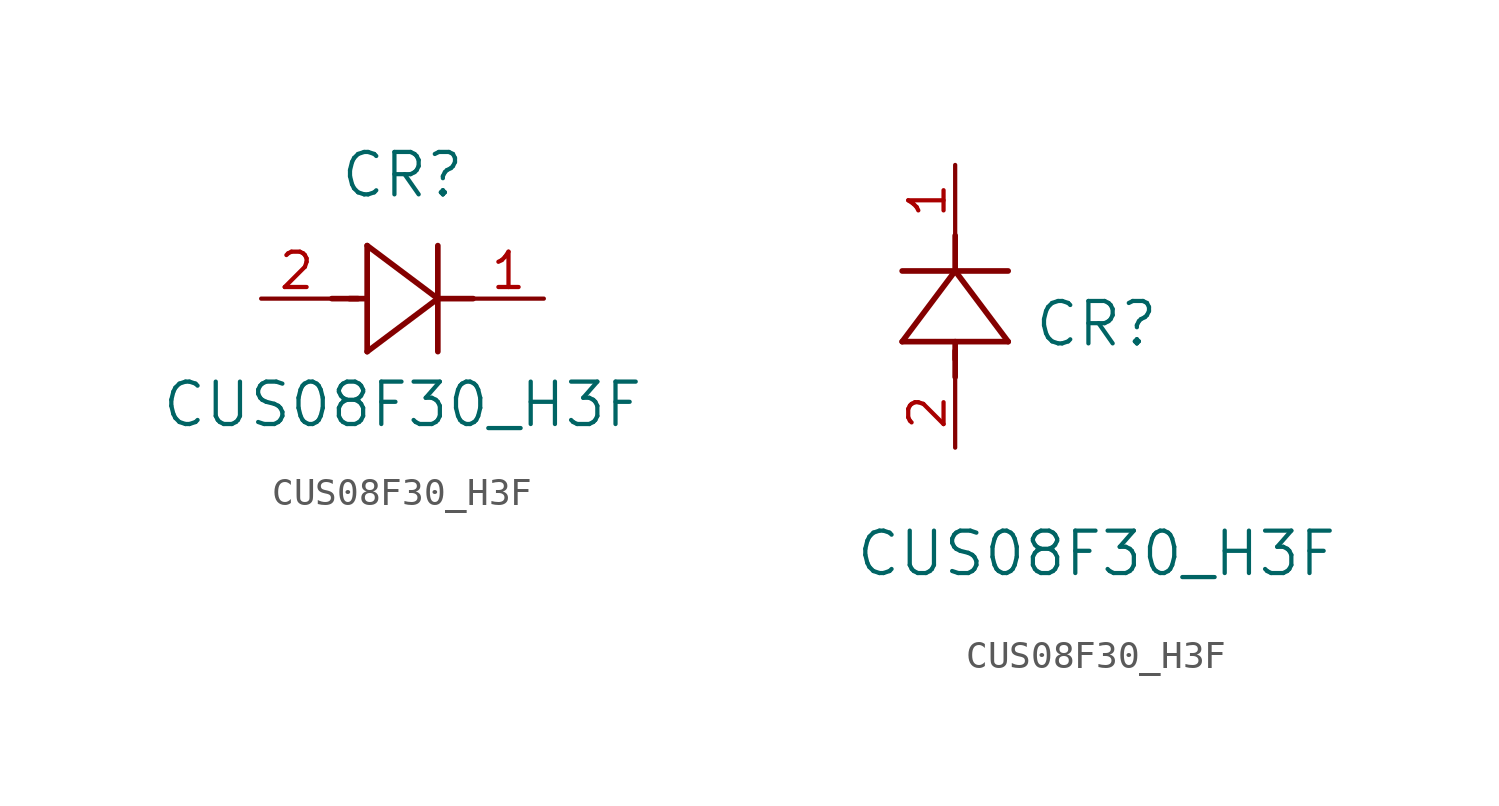
<source format=kicad_sym>
(kicad_symbol_lib
  (version 20211014)
  (generator kicad_symbol_editor)
  (symbol "CUS08F30_H3F"
    (pin_names
      (offset 0.254))
    (property "Reference" "CR"
      (at 5.08 4.445 0)
      (effects (font (size 1.524 1.524))))
    (property "Value" "CUS08F30_H3F"
      (at 5.08 -3.81 0)
      (effects (font (size 1.524 1.524))))
    (symbol "CUS08F30_H3F_1_1"
      (polyline (pts (xy 2.54 0) (xy 3.48 0)) (stroke (width 0.203) (type default) (color 0 0 0 0)) (fill (type none)))
      (polyline (pts (xy 3.81 1.905) (xy 3.81 -1.905)) (stroke (width 0.203) (type default) (color 0 0 0 0)) (fill (type none)))
      (polyline (pts (xy 3.175 0) (xy 3.81 0)) (stroke (width 0.203) (type default) (color 0 0 0 0)) (fill (type none)))
      (polyline (pts (xy 6.35 -1.905) (xy 6.35 1.905)) (stroke (width 0.203) (type default) (color 0 0 0 0)) (fill (type none)))
      (polyline (pts (xy 6.35 0) (xy 7.62 0)) (stroke (width 0.203) (type default) (color 0 0 0 0)) (fill (type none)))
      (polyline (pts (xy 6.35 0) (xy 3.81 1.905)) (stroke (width 0.203) (type default) (color 0 0 0 0)) (fill (type none)))
      (polyline (pts (xy 3.81 -1.905) (xy 6.35 0)) (stroke (width 0.203) (type default) (color 0 0 0 0)) (fill (type none)))
      (pin unspecified line (at 10.16 0 180) (length 2.54) (name "" (effects (font (size 1.27 1.27)))) (number "1" (effects (font (size 1.27 1.27)))))
      (pin unspecified line (at 0 0 0) (length 2.54) (name "" (effects (font (size 1.27 1.27)))) (number "2" (effects (font (size 1.27 1.27))))))
    (symbol "CUS08F30_H3F_1_2"
      (polyline (pts (xy 0 2.54) (xy 0 3.48)) (stroke (width 0.203) (type default) (color 0 0 0 0)) (fill (type none)))
      (polyline (pts (xy -1.905 3.81) (xy 1.905 3.81)) (stroke (width 0.203) (type default) (color 0 0 0 0)) (fill (type none)))
      (polyline (pts (xy 0 3.175) (xy 0 3.81)) (stroke (width 0.203) (type default) (color 0 0 0 0)) (fill (type none)))
      (polyline (pts (xy 1.905 6.35) (xy -1.905 6.35)) (stroke (width 0.203) (type default) (color 0 0 0 0)) (fill (type none)))
      (polyline (pts (xy 0 6.35) (xy 0 7.62)) (stroke (width 0.203) (type default) (color 0 0 0 0)) (fill (type none)))
      (polyline (pts (xy 0 6.35) (xy -1.905 3.81)) (stroke (width 0.203) (type default) (color 0 0 0 0)) (fill (type none)))
      (polyline (pts (xy 1.905 3.81) (xy 0 6.35)) (stroke (width 0.203) (type default) (color 0 0 0 0)) (fill (type none)))
      (pin unspecified line (at 0 10.16 270) (length 2.54) (name "" (effects (font (size 1.27 1.27)))) (number "1" (effects (font (size 1.27 1.27)))))
      (pin unspecified line (at 0 0 90) (length 2.54) (name "" (effects (font (size 1.27 1.27)))) (number "2" (effects (font (size 1.27 1.27))))))))
</source>
